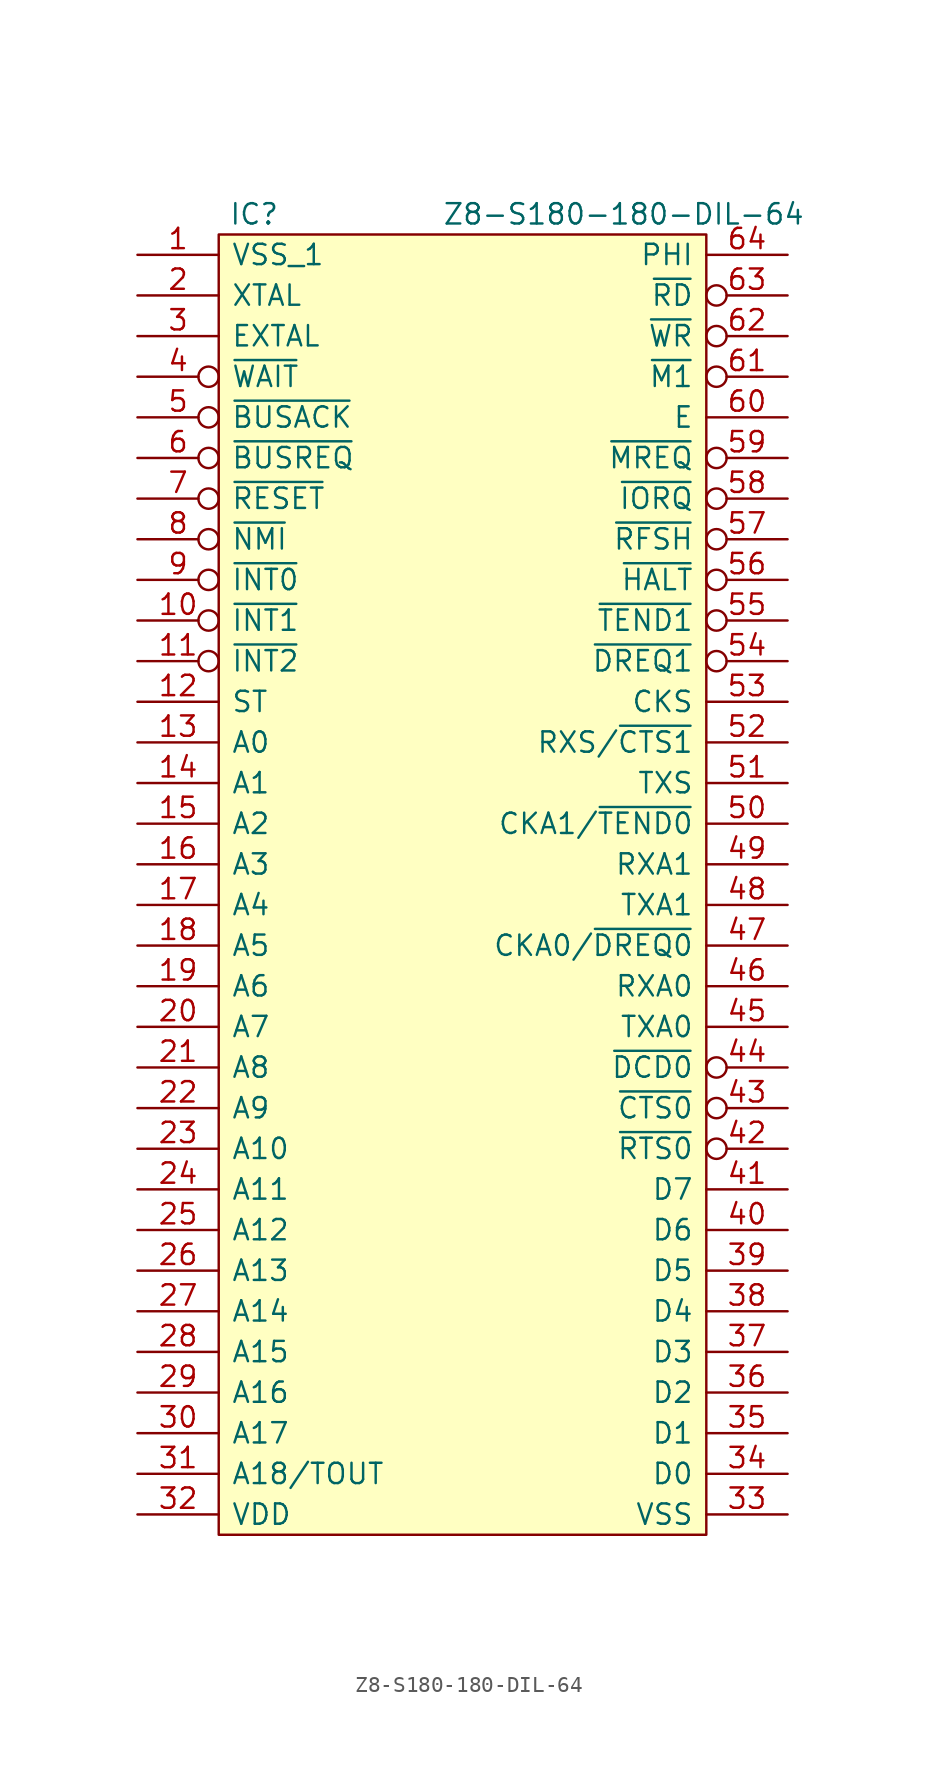
<source format=kicad_sym>
(kicad_symbol_lib
  (version 20231120)
  (generator "kicad_symbol_editor")
  (generator_version "8.0")
  (symbol "Z8-S180-180-DIL-64"
    (pin_names
      (offset 0.762))
    (property "Reference" "IC"
      (at 0.635 1.27 0)
      (effects (font (size 1.27 1.27)) (justify left)))
    (property "Value" "Z8-S180-180-DIL-64"
      (at 13.97 1.27 0)
      (effects (font (size 1.27 1.27)) (justify left)))
    (symbol "Z8-S180-180-DIL-64_0_0"
      (pin power_in line (at -5.08 -1.27 0) (length 5.08) (name "VSS_1" (effects (font (size 1.27 1.27)))) (number "1" (effects (font (size 1.27 1.27)))))
      (pin input inverted (at -5.08 -24.13 0) (length 5.08) (name "~{INT1}" (effects (font (size 1.27 1.27)))) (number "10" (effects (font (size 1.27 1.27)))))
      (pin input inverted (at -5.08 -26.67 0) (length 5.08) (name "~{INT2}" (effects (font (size 1.27 1.27)))) (number "11" (effects (font (size 1.27 1.27)))))
      (pin output line (at -5.08 -29.21 0) (length 5.08) (name "ST" (effects (font (size 1.27 1.27)))) (number "12" (effects (font (size 1.27 1.27)))))
      (pin output line (at -5.08 -31.75 0) (length 5.08) (name "A0" (effects (font (size 1.27 1.27)))) (number "13" (effects (font (size 1.27 1.27)))))
      (pin output line (at -5.08 -34.29 0) (length 5.08) (name "A1" (effects (font (size 1.27 1.27)))) (number "14" (effects (font (size 1.27 1.27)))))
      (pin output line (at -5.08 -36.83 0) (length 5.08) (name "A2" (effects (font (size 1.27 1.27)))) (number "15" (effects (font (size 1.27 1.27)))))
      (pin output line (at -5.08 -39.37 0) (length 5.08) (name "A3" (effects (font (size 1.27 1.27)))) (number "16" (effects (font (size 1.27 1.27)))))
      (pin output line (at -5.08 -41.91 0) (length 5.08) (name "A4" (effects (font (size 1.27 1.27)))) (number "17" (effects (font (size 1.27 1.27)))))
      (pin output line (at -5.08 -44.45 0) (length 5.08) (name "A5" (effects (font (size 1.27 1.27)))) (number "18" (effects (font (size 1.27 1.27)))))
      (pin output line (at -5.08 -46.99 0) (length 5.08) (name "A6" (effects (font (size 1.27 1.27)))) (number "19" (effects (font (size 1.27 1.27)))))
      (pin input line (at -5.08 -3.81 0) (length 5.08) (name "XTAL" (effects (font (size 1.27 1.27)))) (number "2" (effects (font (size 1.27 1.27)))))
      (pin output line (at -5.08 -49.53 0) (length 5.08) (name "A7" (effects (font (size 1.27 1.27)))) (number "20" (effects (font (size 1.27 1.27)))))
      (pin output line (at -5.08 -52.07 0) (length 5.08) (name "A8" (effects (font (size 1.27 1.27)))) (number "21" (effects (font (size 1.27 1.27)))))
      (pin output line (at -5.08 -54.61 0) (length 5.08) (name "A9" (effects (font (size 1.27 1.27)))) (number "22" (effects (font (size 1.27 1.27)))))
      (pin output line (at -5.08 -57.15 0) (length 5.08) (name "A10" (effects (font (size 1.27 1.27)))) (number "23" (effects (font (size 1.27 1.27)))))
      (pin output line (at -5.08 -59.69 0) (length 5.08) (name "A11" (effects (font (size 1.27 1.27)))) (number "24" (effects (font (size 1.27 1.27)))))
      (pin output line (at -5.08 -62.23 0) (length 5.08) (name "A12" (effects (font (size 1.27 1.27)))) (number "25" (effects (font (size 1.27 1.27)))))
      (pin output line (at -5.08 -64.77 0) (length 5.08) (name "A13" (effects (font (size 1.27 1.27)))) (number "26" (effects (font (size 1.27 1.27)))))
      (pin output line (at -5.08 -67.31 0) (length 5.08) (name "A14" (effects (font (size 1.27 1.27)))) (number "27" (effects (font (size 1.27 1.27)))))
      (pin output line (at -5.08 -69.85 0) (length 5.08) (name "A15" (effects (font (size 1.27 1.27)))) (number "28" (effects (font (size 1.27 1.27)))))
      (pin output line (at -5.08 -72.39 0) (length 5.08) (name "A16" (effects (font (size 1.27 1.27)))) (number "29" (effects (font (size 1.27 1.27)))))
      (pin input line (at -5.08 -6.35 0) (length 5.08) (name "EXTAL" (effects (font (size 1.27 1.27)))) (number "3" (effects (font (size 1.27 1.27)))))
      (pin output line (at -5.08 -74.93 0) (length 5.08) (name "A17" (effects (font (size 1.27 1.27)))) (number "30" (effects (font (size 1.27 1.27)))))
      (pin output line (at -5.08 -77.47 0) (length 5.08) (name "A18/TOUT" (effects (font (size 1.27 1.27)))) (number "31" (effects (font (size 1.27 1.27)))))
      (pin power_in line (at -5.08 -80.01 0) (length 5.08) (name "VDD" (effects (font (size 1.27 1.27)))) (number "32" (effects (font (size 1.27 1.27)))))
      (pin power_in line (at 35.56 -80.01 180) (length 5.08) (name "VSS" (effects (font (size 1.27 1.27)))) (number "33" (effects (font (size 1.27 1.27)))))
      (pin tri_state line (at 35.56 -77.47 180) (length 5.08) (name "D0" (effects (font (size 1.27 1.27)))) (number "34" (effects (font (size 1.27 1.27)))))
      (pin tri_state line (at 35.56 -74.93 180) (length 5.08) (name "D1" (effects (font (size 1.27 1.27)))) (number "35" (effects (font (size 1.27 1.27)))))
      (pin tri_state line (at 35.56 -72.39 180) (length 5.08) (name "D2" (effects (font (size 1.27 1.27)))) (number "36" (effects (font (size 1.27 1.27)))))
      (pin tri_state line (at 35.56 -69.85 180) (length 5.08) (name "D3" (effects (font (size 1.27 1.27)))) (number "37" (effects (font (size 1.27 1.27)))))
      (pin tri_state line (at 35.56 -67.31 180) (length 5.08) (name "D4" (effects (font (size 1.27 1.27)))) (number "38" (effects (font (size 1.27 1.27)))))
      (pin tri_state line (at 35.56 -64.77 180) (length 5.08) (name "D5" (effects (font (size 1.27 1.27)))) (number "39" (effects (font (size 1.27 1.27)))))
      (pin bidirectional inverted (at -5.08 -8.89 0) (length 5.08) (name "~{WAIT}" (effects (font (size 1.27 1.27)))) (number "4" (effects (font (size 1.27 1.27)))))
      (pin tri_state line (at 35.56 -62.23 180) (length 5.08) (name "D6" (effects (font (size 1.27 1.27)))) (number "40" (effects (font (size 1.27 1.27)))))
      (pin tri_state line (at 35.56 -59.69 180) (length 5.08) (name "D7" (effects (font (size 1.27 1.27)))) (number "41" (effects (font (size 1.27 1.27)))))
      (pin output inverted (at 35.56 -57.15 180) (length 5.08) (name "~{RTS0}" (effects (font (size 1.27 1.27)))) (number "42" (effects (font (size 1.27 1.27)))))
      (pin input inverted (at 35.56 -54.61 180) (length 5.08) (name "~{CTS0}" (effects (font (size 1.27 1.27)))) (number "43" (effects (font (size 1.27 1.27)))))
      (pin input inverted (at 35.56 -52.07 180) (length 5.08) (name "~{DCD0}" (effects (font (size 1.27 1.27)))) (number "44" (effects (font (size 1.27 1.27)))))
      (pin output line (at 35.56 -49.53 180) (length 5.08) (name "TXA0" (effects (font (size 1.27 1.27)))) (number "45" (effects (font (size 1.27 1.27)))))
      (pin output line (at 35.56 -46.99 180) (length 5.08) (name "RXA0" (effects (font (size 1.27 1.27)))) (number "46" (effects (font (size 1.27 1.27)))))
      (pin bidirectional line (at 35.56 -44.45 180) (length 5.08) (name "CKA0/~{DREQ0}" (effects (font (size 1.27 1.27)))) (number "47" (effects (font (size 1.27 1.27)))))
      (pin output line (at 35.56 -41.91 180) (length 5.08) (name "TXA1" (effects (font (size 1.27 1.27)))) (number "48" (effects (font (size 1.27 1.27)))))
      (pin input line (at 35.56 -39.37 180) (length 5.08) (name "RXA1" (effects (font (size 1.27 1.27)))) (number "49" (effects (font (size 1.27 1.27)))))
      (pin output inverted (at -5.08 -11.43 0) (length 5.08) (name "~{BUSACK}" (effects (font (size 1.27 1.27)))) (number "5" (effects (font (size 1.27 1.27)))))
      (pin bidirectional line (at 35.56 -36.83 180) (length 5.08) (name "CKA1/~{TEND0}" (effects (font (size 1.27 1.27)))) (number "50" (effects (font (size 1.27 1.27)))))
      (pin output line (at 35.56 -34.29 180) (length 5.08) (name "TXS" (effects (font (size 1.27 1.27)))) (number "51" (effects (font (size 1.27 1.27)))))
      (pin input line (at 35.56 -31.75 180) (length 5.08) (name "RXS/~{CTS1}" (effects (font (size 1.27 1.27)))) (number "52" (effects (font (size 1.27 1.27)))))
      (pin bidirectional line (at 35.56 -29.21 180) (length 5.08) (name "CKS" (effects (font (size 1.27 1.27)))) (number "53" (effects (font (size 1.27 1.27)))))
      (pin input inverted (at 35.56 -26.67 180) (length 5.08) (name "~{DREQ1}" (effects (font (size 1.27 1.27)))) (number "54" (effects (font (size 1.27 1.27)))))
      (pin output inverted (at 35.56 -24.13 180) (length 5.08) (name "~{TEND1}" (effects (font (size 1.27 1.27)))) (number "55" (effects (font (size 1.27 1.27)))))
      (pin output inverted (at 35.56 -21.59 180) (length 5.08) (name "~{HALT}" (effects (font (size 1.27 1.27)))) (number "56" (effects (font (size 1.27 1.27)))))
      (pin output inverted (at 35.56 -19.05 180) (length 5.08) (name "~{RFSH}" (effects (font (size 1.27 1.27)))) (number "57" (effects (font (size 1.27 1.27)))))
      (pin output inverted (at 35.56 -16.51 180) (length 5.08) (name "~{IORQ}" (effects (font (size 1.27 1.27)))) (number "58" (effects (font (size 1.27 1.27)))))
      (pin output inverted (at 35.56 -13.97 180) (length 5.08) (name "~{MREQ}" (effects (font (size 1.27 1.27)))) (number "59" (effects (font (size 1.27 1.27)))))
      (pin input inverted (at -5.08 -13.97 0) (length 5.08) (name "~{BUSREQ}" (effects (font (size 1.27 1.27)))) (number "6" (effects (font (size 1.27 1.27)))))
      (pin output line (at 35.56 -11.43 180) (length 5.08) (name "E" (effects (font (size 1.27 1.27)))) (number "60" (effects (font (size 1.27 1.27)))))
      (pin output inverted (at 35.56 -8.89 180) (length 5.08) (name "~{M1}" (effects (font (size 1.27 1.27)))) (number "61" (effects (font (size 1.27 1.27)))))
      (pin output inverted (at 35.56 -6.35 180) (length 5.08) (name "~{WR}" (effects (font (size 1.27 1.27)))) (number "62" (effects (font (size 1.27 1.27)))))
      (pin output inverted (at 35.56 -3.81 180) (length 5.08) (name "~{RD}" (effects (font (size 1.27 1.27)))) (number "63" (effects (font (size 1.27 1.27)))))
      (pin output line (at 35.56 -1.27 180) (length 5.08) (name "PHI" (effects (font (size 1.27 1.27)))) (number "64" (effects (font (size 1.27 1.27)))))
      (pin input inverted (at -5.08 -16.51 0) (length 5.08) (name "~{RESET}" (effects (font (size 1.27 1.27)))) (number "7" (effects (font (size 1.27 1.27)))))
      (pin input inverted (at -5.08 -19.05 0) (length 5.08) (name "~{NMI}" (effects (font (size 1.27 1.27)))) (number "8" (effects (font (size 1.27 1.27)))))
      (pin input inverted (at -5.08 -21.59 0) (length 5.08) (name "~{INT0}" (effects (font (size 1.27 1.27)))) (number "9" (effects (font (size 1.27 1.27))))))
    (symbol "Z8-S180-180-DIL-64_0_1"
      (rectangle (start 0 0) (end 30.48 -81.28) (stroke (width 0.152) (type solid)) (fill (type background))))))
</source>
